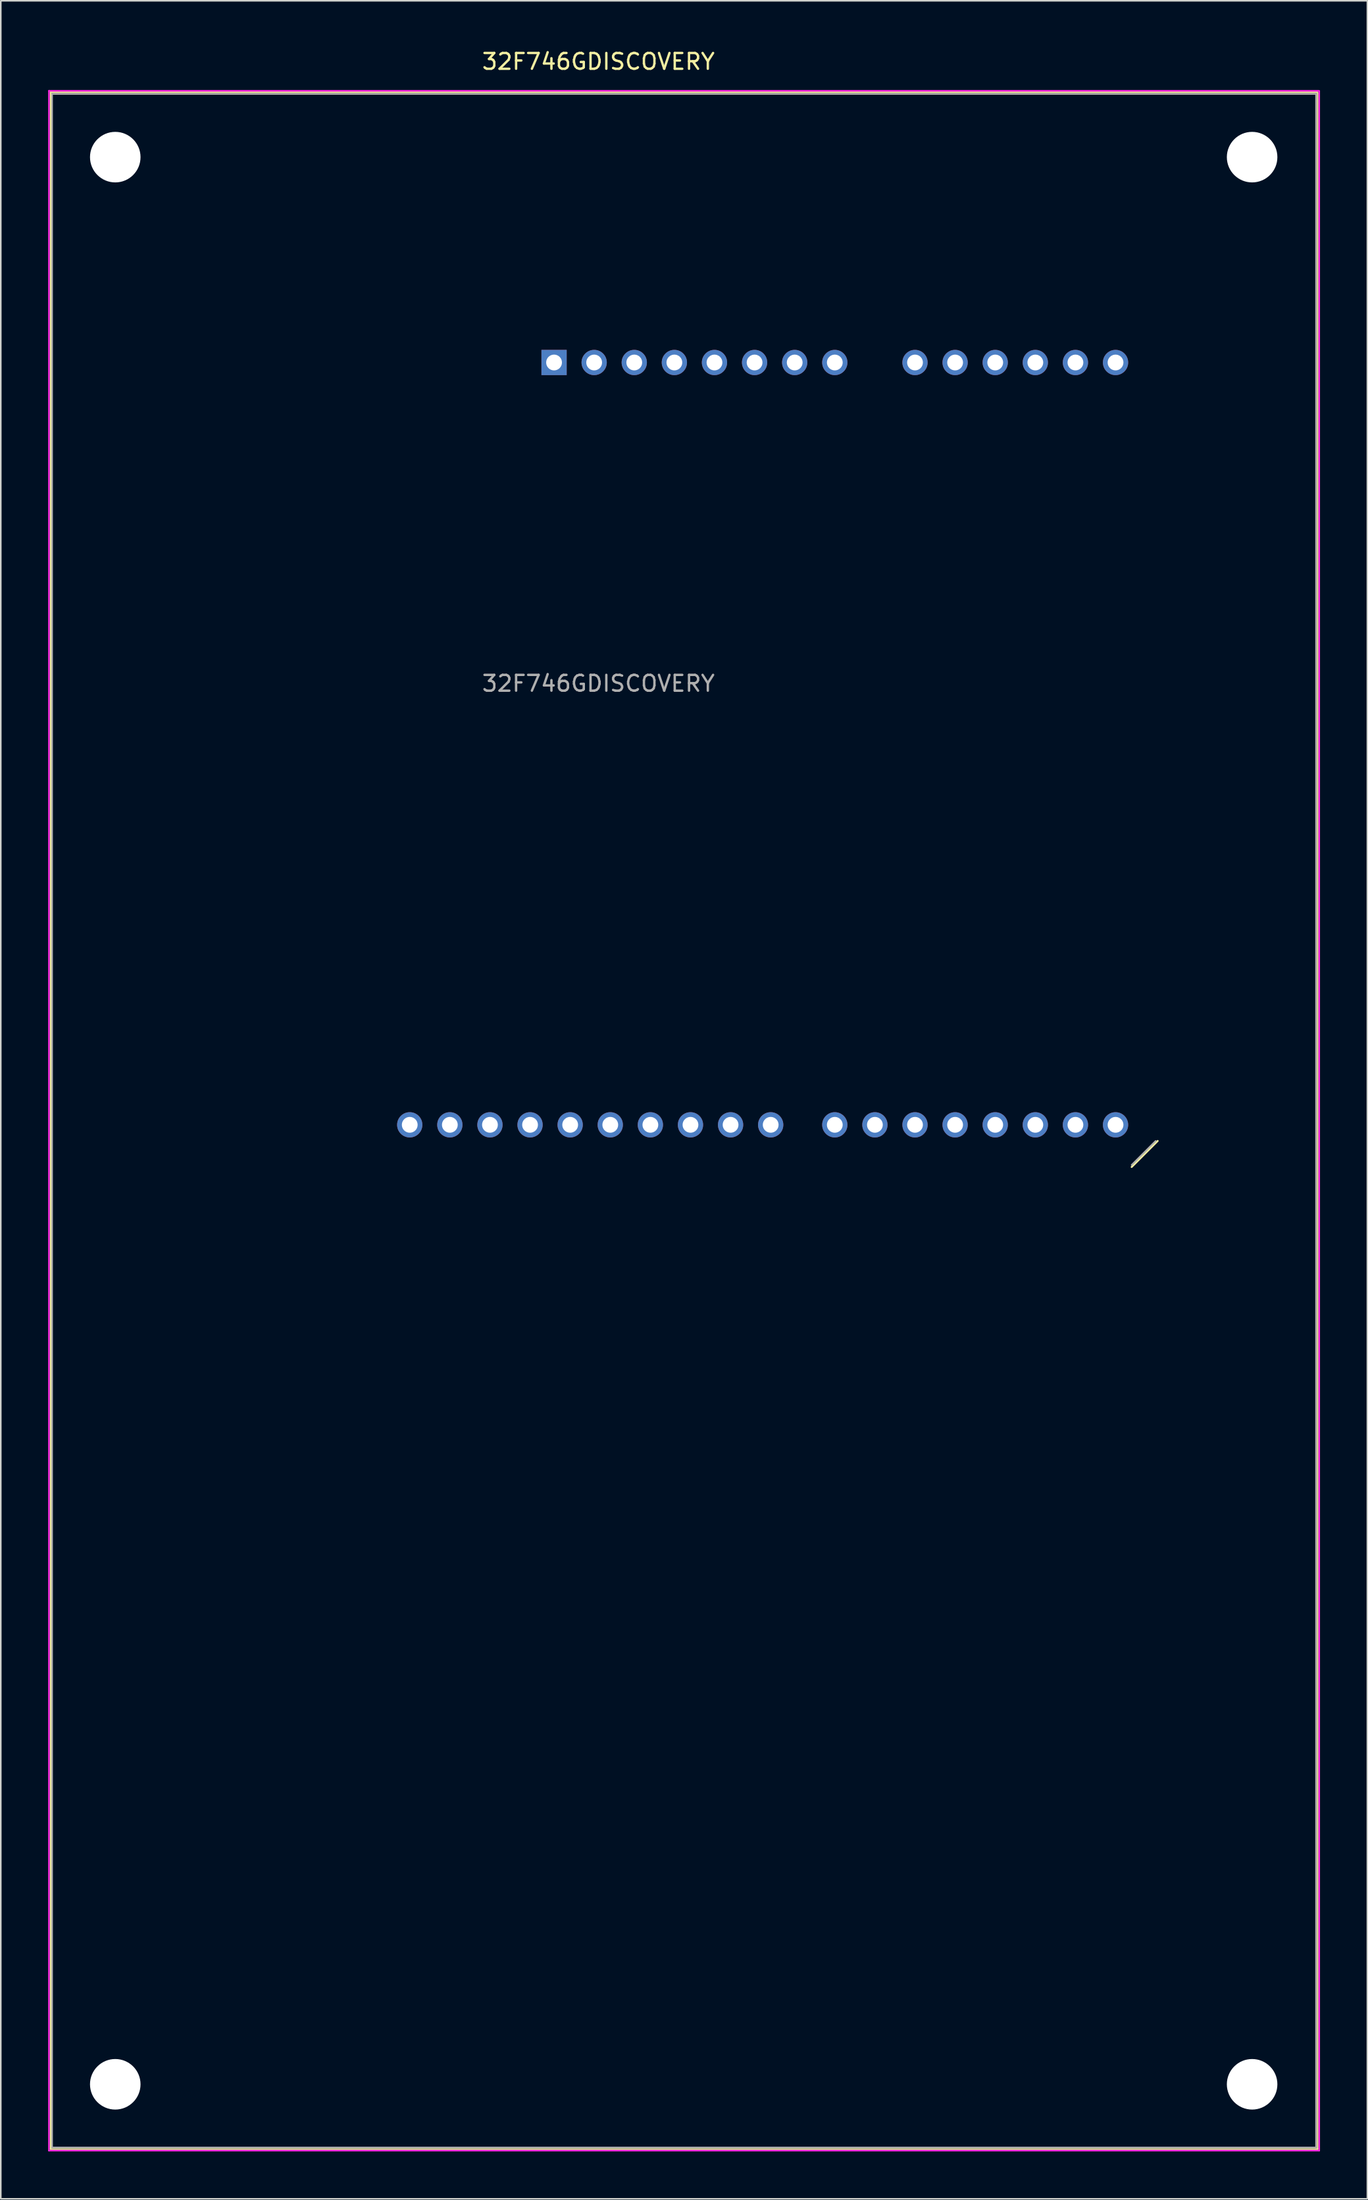
<source format=kicad_pcb>
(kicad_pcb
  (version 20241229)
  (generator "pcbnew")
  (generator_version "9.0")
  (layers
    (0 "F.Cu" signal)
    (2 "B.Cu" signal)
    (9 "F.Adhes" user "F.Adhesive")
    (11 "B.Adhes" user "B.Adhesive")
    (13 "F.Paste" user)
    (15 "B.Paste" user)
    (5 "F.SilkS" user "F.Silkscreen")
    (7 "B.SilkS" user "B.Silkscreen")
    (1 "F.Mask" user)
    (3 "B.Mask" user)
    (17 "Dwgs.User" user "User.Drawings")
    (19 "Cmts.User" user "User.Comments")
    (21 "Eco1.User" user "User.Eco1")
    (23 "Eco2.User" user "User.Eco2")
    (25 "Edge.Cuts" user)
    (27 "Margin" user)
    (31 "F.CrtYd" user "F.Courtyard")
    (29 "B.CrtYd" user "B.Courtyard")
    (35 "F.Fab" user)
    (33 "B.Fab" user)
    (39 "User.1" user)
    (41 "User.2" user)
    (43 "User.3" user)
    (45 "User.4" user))
  (footprint "32F746GDISCOVERY"
    (layer "F.Cu")
    (at 32.04 19.898)
    (property "Reference" "32F746GDISCOVERY" (at 2.81 -19.05 180) (layer "F.SilkS") (effects (font (size 1 1) (thickness 0.15))))
    (attr through_hole)
    (fp_line (start -31.89 -17.1) (end -31.89 113.1) (stroke (width 0.1) (type solid)) (layer "F.SilkS"))
    (fp_line (start -31.89 -17.1) (end 48.31 -17.1) (stroke (width 0.1) (type solid)) (layer "F.SilkS"))
    (fp_line (start -31.89 113.1) (end 48.36 113.1) (stroke (width 0.1) (type solid)) (layer "F.SilkS"))
    (fp_line (start 36.58 50.93) (end 38.23 49.28) (stroke (width 0.12) (type solid)) (layer "F.SilkS"))
    (fp_line (start 48.36 -17.1) (end 48.36 113.1) (stroke (width 0.1) (type solid)) (layer "F.SilkS"))
    (fp_line (start -31.99 -17.2) (end -31.99 113.2) (stroke (width 0.1) (type solid)) (layer "F.CrtYd"))
    (fp_line (start -31.99 -17.2) (end 48.41 -17.2) (stroke (width 0.1) (type solid)) (layer "F.CrtYd"))
    (fp_line (start -31.99 113.2) (end 48.46 113.2) (stroke (width 0.1) (type solid)) (layer "F.CrtYd"))
    (fp_line (start 48.46 -17.2) (end 48.46 113.2) (stroke (width 0.1) (type solid)) (layer "F.CrtYd"))
    (fp_line (start -31.79 -17) (end -31.79 113) (stroke (width 0.1) (type solid)) (layer "F.Fab"))
    (fp_line (start -31.79 -17) (end 48.21 -17) (stroke (width 0.1) (type solid)) (layer "F.Fab"))
    (fp_line (start -31.79 113) (end 48.26 113) (stroke (width 0.1) (type solid)) (layer "F.Fab"))
    (fp_line (start 38.1 49.28) (end 36.58 50.8) (stroke (width 0.1) (type solid)) (layer "F.Fab"))
    (fp_line (start 48.26 -17) (end 48.26 113) (stroke (width 0.1) (type solid)) (layer "F.Fab"))
    (fp_text user "${REFERENCE}" (at 2.81 20.32 180) (layer "F.Fab") (effects (font (size 1 1) (thickness 0.15))))
    (pad "" np_thru_hole circle (at -27.79 -13 90) (size 3.2 3.2) (drill 3.2) (layers "*.Cu" "*.Mask"))
    (pad "" np_thru_hole circle (at -27.79 109 90) (size 3.2 3.2) (drill 3.2) (layers "*.Cu" "*.Mask"))
    (pad "" np_thru_hole circle (at 44.21 -13 90) (size 3.2 3.2) (drill 3.2) (layers "*.Cu" "*.Mask"))
    (pad "" np_thru_hole circle (at 44.21 109 90) (size 3.2 3.2) (drill 3.2) (layers "*.Cu" "*.Mask"))
    (pad "1" thru_hole rect (at 0 0 90) (size 1.6 1.6) (drill 1) (layers "*.Cu" "*.Mask"))
    (pad "2" thru_hole oval (at 2.54 0 90) (size 1.6 1.6) (drill 1) (layers "*.Cu" "*.Mask"))
    (pad "3" thru_hole oval (at 5.08 0 90) (size 1.6 1.6) (drill 1) (layers "*.Cu" "*.Mask"))
    (pad "4" thru_hole oval (at 7.62 0 90) (size 1.6 1.6) (drill 1) (layers "*.Cu" "*.Mask"))
    (pad "5" thru_hole oval (at 10.16 0 90) (size 1.6 1.6) (drill 1) (layers "*.Cu" "*.Mask"))
    (pad "6" thru_hole oval (at 12.7 0 90) (size 1.6 1.6) (drill 1) (layers "*.Cu" "*.Mask"))
    (pad "7" thru_hole oval (at 15.24 0 90) (size 1.6 1.6) (drill 1) (layers "*.Cu" "*.Mask"))
    (pad "8" thru_hole oval (at 17.78 0 90) (size 1.6 1.6) (drill 1) (layers "*.Cu" "*.Mask"))
    (pad "9" thru_hole oval (at 22.86 0 90) (size 1.6 1.6) (drill 1) (layers "*.Cu" "*.Mask"))
    (pad "10" thru_hole oval (at 25.4 0 90) (size 1.6 1.6) (drill 1) (layers "*.Cu" "*.Mask"))
    (pad "11" thru_hole oval (at 27.94 0 90) (size 1.6 1.6) (drill 1) (layers "*.Cu" "*.Mask"))
    (pad "12" thru_hole oval (at 30.48 0 90) (size 1.6 1.6) (drill 1) (layers "*.Cu" "*.Mask"))
    (pad "13" thru_hole oval (at 33.02 0 90) (size 1.6 1.6) (drill 1) (layers "*.Cu" "*.Mask"))
    (pad "14" thru_hole oval (at 35.56 0 90) (size 1.6 1.6) (drill 1) (layers "*.Cu" "*.Mask"))
    (pad "15" thru_hole oval (at 35.56 48.26 90) (size 1.6 1.6) (drill 1) (layers "*.Cu" "*.Mask"))
    (pad "16" thru_hole oval (at 33.02 48.26 90) (size 1.6 1.6) (drill 1) (layers "*.Cu" "*.Mask"))
    (pad "17" thru_hole oval (at 30.48 48.26 90) (size 1.6 1.6) (drill 1) (layers "*.Cu" "*.Mask"))
    (pad "18" thru_hole oval (at 27.94 48.26 90) (size 1.6 1.6) (drill 1) (layers "*.Cu" "*.Mask"))
    (pad "19" thru_hole oval (at 25.4 48.26 90) (size 1.6 1.6) (drill 1) (layers "*.Cu" "*.Mask"))
    (pad "20" thru_hole oval (at 22.86 48.26 90) (size 1.6 1.6) (drill 1) (layers "*.Cu" "*.Mask"))
    (pad "21" thru_hole oval (at 20.32 48.26 90) (size 1.6 1.6) (drill 1) (layers "*.Cu" "*.Mask"))
    (pad "22" thru_hole oval (at 17.78 48.26 90) (size 1.6 1.6) (drill 1) (layers "*.Cu" "*.Mask"))
    (pad "23" thru_hole oval (at 13.72 48.26 90) (size 1.6 1.6) (drill 1) (layers "*.Cu" "*.Mask"))
    (pad "24" thru_hole oval (at 11.18 48.26 90) (size 1.6 1.6) (drill 1) (layers "*.Cu" "*.Mask"))
    (pad "25" thru_hole oval (at 8.64 48.26 90) (size 1.6 1.6) (drill 1) (layers "*.Cu" "*.Mask"))
    (pad "26" thru_hole oval (at 6.1 48.26 90) (size 1.6 1.6) (drill 1) (layers "*.Cu" "*.Mask"))
    (pad "27" thru_hole oval (at 3.56 48.26 90) (size 1.6 1.6) (drill 1) (layers "*.Cu" "*.Mask"))
    (pad "28" thru_hole oval (at 1.02 48.26 90) (size 1.6 1.6) (drill 1) (layers "*.Cu" "*.Mask"))
    (pad "29" thru_hole oval (at -1.52 48.26 90) (size 1.6 1.6) (drill 1) (layers "*.Cu" "*.Mask"))
    (pad "30" thru_hole oval (at -4.06 48.26 90) (size 1.6 1.6) (drill 1) (layers "*.Cu" "*.Mask"))
    (pad "31" thru_hole oval (at -6.6 48.26 90) (size 1.6 1.6) (drill 1) (layers "*.Cu" "*.Mask"))
    (pad "32" thru_hole oval (at -9.14 48.26 90) (size 1.6 1.6) (drill 1) (layers "*.Cu" "*.Mask")))
  (gr_rect
    (start -3 -3)
    (end 83.55 136.148)
    (stroke (width 0.1) (type default))
    (fill no)
    (layer "Edge.Cuts")))
</source>
